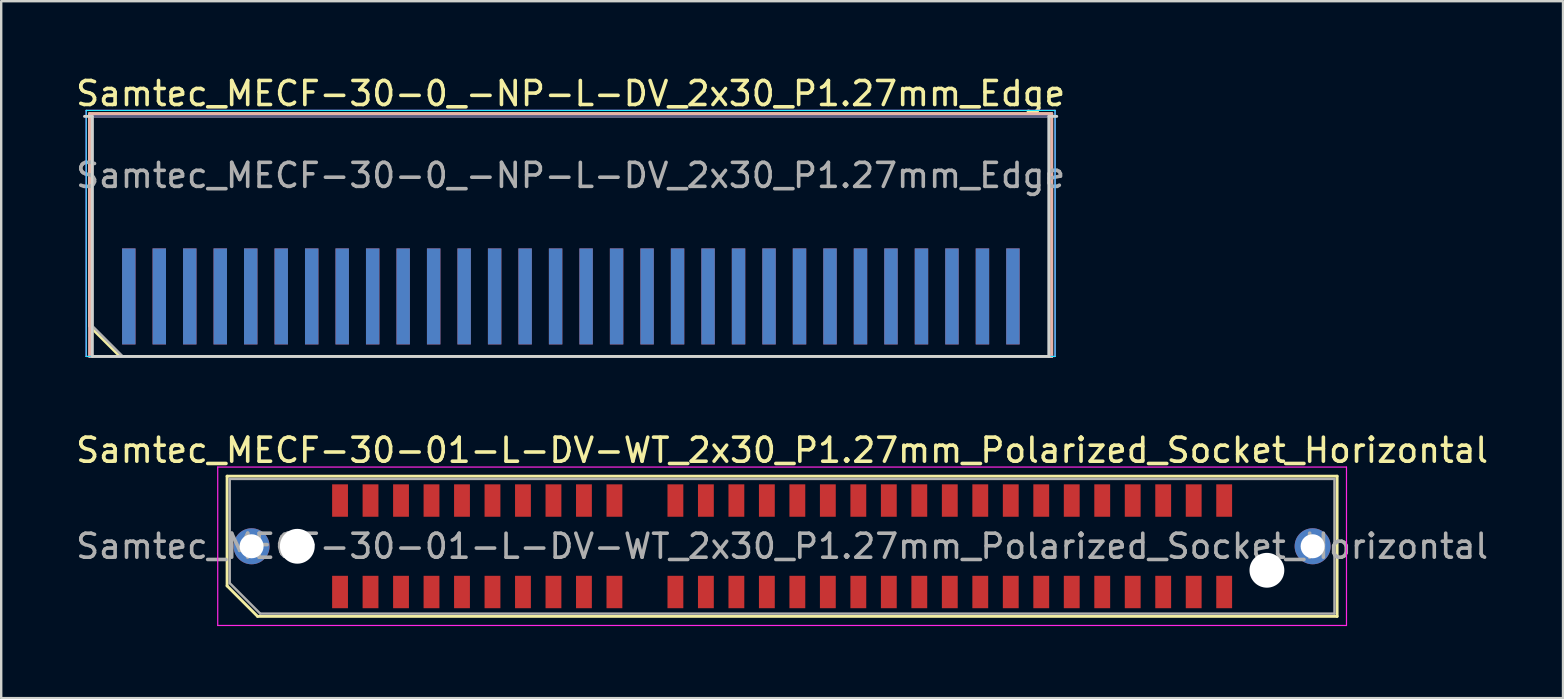
<source format=kicad_pcb>
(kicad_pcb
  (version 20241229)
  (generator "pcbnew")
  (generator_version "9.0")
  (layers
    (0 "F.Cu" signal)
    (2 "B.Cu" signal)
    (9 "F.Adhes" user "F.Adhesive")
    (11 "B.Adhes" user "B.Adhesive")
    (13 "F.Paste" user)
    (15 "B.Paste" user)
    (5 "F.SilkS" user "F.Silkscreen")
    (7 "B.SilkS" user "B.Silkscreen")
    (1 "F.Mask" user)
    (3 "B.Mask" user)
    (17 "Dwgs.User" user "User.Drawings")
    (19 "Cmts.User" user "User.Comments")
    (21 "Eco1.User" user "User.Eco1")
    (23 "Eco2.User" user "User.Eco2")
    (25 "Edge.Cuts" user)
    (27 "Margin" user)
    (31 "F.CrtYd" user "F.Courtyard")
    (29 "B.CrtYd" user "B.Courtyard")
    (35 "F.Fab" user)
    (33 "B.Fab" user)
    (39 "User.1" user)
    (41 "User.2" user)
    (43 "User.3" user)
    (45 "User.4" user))
  (footprint "Samtec_MECF-30-01-L-DV-WT_2x30_P1.27mm_Polarized_Socket_Horizontal"
    (layer "F.Cu")
    (at 29.53 19.706)
    (property "Reference" "Samtec_MECF-30-01-L-DV-WT_2x30_P1.27mm_Polarized_Socket_Horizontal" (at 0 -4 0) (layer "F.SilkS") (effects (font (size 1 1) (thickness 0.15))))
    (attr smd)
    (fp_line (start -23.12 -2.92) (end 23.12 -2.92) (stroke (width 0.12) (type solid)) (layer "F.SilkS"))
    (fp_line (start -23.12 1.65) (end -23.12 -2.92) (stroke (width 0.12) (type solid)) (layer "F.SilkS"))
    (fp_line (start -21.85 2.92) (end -23.12 1.65) (stroke (width 0.12) (type solid)) (layer "F.SilkS"))
    (fp_line (start -21.85 2.92) (end 23.12 2.92) (stroke (width 0.12) (type solid)) (layer "F.SilkS"))
    (fp_line (start 23.12 2.92) (end 23.12 -2.92) (stroke (width 0.12) (type solid)) (layer "F.SilkS"))
    (fp_line (start -23.51 -3.3) (end -23.51 3.3) (stroke (width 0.05) (type solid)) (layer "F.CrtYd"))
    (fp_line (start -23.51 3.3) (end 23.51 3.3) (stroke (width 0.05) (type solid)) (layer "F.CrtYd"))
    (fp_line (start 23.51 -3.3) (end -23.51 -3.3) (stroke (width 0.05) (type solid)) (layer "F.CrtYd"))
    (fp_line (start 23.51 3.3) (end 23.51 -3.3) (stroke (width 0.05) (type solid)) (layer "F.CrtYd"))
    (fp_line (start -23.01 -2.805) (end 23.01 -2.805) (stroke (width 0.1) (type solid)) (layer "F.Fab"))
    (fp_line (start -23.01 1.535) (end -23.01 -2.805) (stroke (width 0.1) (type solid)) (layer "F.Fab"))
    (fp_line (start -23.01 1.535) (end -21.74 2.805) (stroke (width 0.1) (type solid)) (layer "F.Fab"))
    (fp_line (start -21.74 2.805) (end 23.01 2.805) (stroke (width 0.1) (type solid)) (layer "F.Fab"))
    (fp_line (start 23.01 2.805) (end 23.01 -2.805) (stroke (width 0.1) (type solid)) (layer "F.Fab"))
    (fp_text user "${REFERENCE}" (at 0 0 0) (layer "F.Fab") (effects (font (size 1 1) (thickness 0.15))))
    (pad "" thru_hole circle (at -22.1 0) (size 1.5 1.5) (drill 1) (layers "*.Cu" "*.Mask"))
    (pad "" np_thru_hole circle (at -20.195 0) (size 1.45 1.45) (drill 1.45) (layers "*.Cu" "*.Mask"))
    (pad "" np_thru_hole circle (at 20.195 1) (size 1.45 1.45) (drill 1.45) (layers "*.Cu" "*.Mask"))
    (pad "" thru_hole circle (at 22.1 0) (size 1.5 1.5) (drill 1) (layers "*.Cu" "*.Mask"))
    (pad "1" smd rect (at -18.415 1.905) (size 0.66 1.35) (layers "F.Cu" "F.Mask" "F.Paste"))
    (pad "2" smd rect (at -18.415 -1.905) (size 0.66 1.35) (layers "F.Cu" "F.Mask" "F.Paste"))
    (pad "3" smd rect (at -17.145 1.905) (size 0.66 1.35) (layers "F.Cu" "F.Mask" "F.Paste"))
    (pad "4" smd rect (at -17.145 -1.905) (size 0.66 1.35) (layers "F.Cu" "F.Mask" "F.Paste"))
    (pad "5" smd rect (at -15.875 1.905) (size 0.66 1.35) (layers "F.Cu" "F.Mask" "F.Paste"))
    (pad "6" smd rect (at -15.875 -1.905) (size 0.66 1.35) (layers "F.Cu" "F.Mask" "F.Paste"))
    (pad "7" smd rect (at -14.605 1.905) (size 0.66 1.35) (layers "F.Cu" "F.Mask" "F.Paste"))
    (pad "8" smd rect (at -14.605 -1.905) (size 0.66 1.35) (layers "F.Cu" "F.Mask" "F.Paste"))
    (pad "9" smd rect (at -13.335 1.905) (size 0.66 1.35) (layers "F.Cu" "F.Mask" "F.Paste"))
    (pad "10" smd rect (at -13.335 -1.905) (size 0.66 1.35) (layers "F.Cu" "F.Mask" "F.Paste"))
    (pad "11" smd rect (at -12.065 1.905) (size 0.66 1.35) (layers "F.Cu" "F.Mask" "F.Paste"))
    (pad "12" smd rect (at -12.065 -1.905) (size 0.66 1.35) (layers "F.Cu" "F.Mask" "F.Paste"))
    (pad "13" smd rect (at -10.795 1.905) (size 0.66 1.35) (layers "F.Cu" "F.Mask" "F.Paste"))
    (pad "14" smd rect (at -10.795 -1.905) (size 0.66 1.35) (layers "F.Cu" "F.Mask" "F.Paste"))
    (pad "15" smd rect (at -9.525 1.905) (size 0.66 1.35) (layers "F.Cu" "F.Mask" "F.Paste"))
    (pad "16" smd rect (at -9.525 -1.905) (size 0.66 1.35) (layers "F.Cu" "F.Mask" "F.Paste"))
    (pad "17" smd rect (at -8.255 1.905) (size 0.66 1.35) (layers "F.Cu" "F.Mask" "F.Paste"))
    (pad "18" smd rect (at -8.255 -1.905) (size 0.66 1.35) (layers "F.Cu" "F.Mask" "F.Paste"))
    (pad "19" smd rect (at -6.985 1.905) (size 0.66 1.35) (layers "F.Cu" "F.Mask" "F.Paste"))
    (pad "20" smd rect (at -6.985 -1.905) (size 0.66 1.35) (layers "F.Cu" "F.Mask" "F.Paste"))
    (pad "23" smd rect (at -4.445 1.905) (size 0.66 1.35) (layers "F.Cu" "F.Mask" "F.Paste"))
    (pad "24" smd rect (at -4.445 -1.905) (size 0.66 1.35) (layers "F.Cu" "F.Mask" "F.Paste"))
    (pad "25" smd rect (at -3.175 1.905) (size 0.66 1.35) (layers "F.Cu" "F.Mask" "F.Paste"))
    (pad "26" smd rect (at -3.175 -1.905) (size 0.66 1.35) (layers "F.Cu" "F.Mask" "F.Paste"))
    (pad "27" smd rect (at -1.905 1.905) (size 0.66 1.35) (layers "F.Cu" "F.Mask" "F.Paste"))
    (pad "28" smd rect (at -1.905 -1.905) (size 0.66 1.35) (layers "F.Cu" "F.Mask" "F.Paste"))
    (pad "29" smd rect (at -0.635 1.905) (size 0.66 1.35) (layers "F.Cu" "F.Mask" "F.Paste"))
    (pad "30" smd rect (at -0.635 -1.905) (size 0.66 1.35) (layers "F.Cu" "F.Mask" "F.Paste"))
    (pad "31" smd rect (at 0.635 1.905) (size 0.66 1.35) (layers "F.Cu" "F.Mask" "F.Paste"))
    (pad "32" smd rect (at 0.635 -1.905) (size 0.66 1.35) (layers "F.Cu" "F.Mask" "F.Paste"))
    (pad "33" smd rect (at 1.905 1.905) (size 0.66 1.35) (layers "F.Cu" "F.Mask" "F.Paste"))
    (pad "34" smd rect (at 1.905 -1.905) (size 0.66 1.35) (layers "F.Cu" "F.Mask" "F.Paste"))
    (pad "35" smd rect (at 3.175 1.905) (size 0.66 1.35) (layers "F.Cu" "F.Mask" "F.Paste"))
    (pad "36" smd rect (at 3.175 -1.905) (size 0.66 1.35) (layers "F.Cu" "F.Mask" "F.Paste"))
    (pad "37" smd rect (at 4.445 1.905) (size 0.66 1.35) (layers "F.Cu" "F.Mask" "F.Paste"))
    (pad "38" smd rect (at 4.445 -1.905) (size 0.66 1.35) (layers "F.Cu" "F.Mask" "F.Paste"))
    (pad "39" smd rect (at 5.715 1.905) (size 0.66 1.35) (layers "F.Cu" "F.Mask" "F.Paste"))
    (pad "40" smd rect (at 5.715 -1.905) (size 0.66 1.35) (layers "F.Cu" "F.Mask" "F.Paste"))
    (pad "41" smd rect (at 6.985 1.905) (size 0.66 1.35) (layers "F.Cu" "F.Mask" "F.Paste"))
    (pad "42" smd rect (at 6.985 -1.905) (size 0.66 1.35) (layers "F.Cu" "F.Mask" "F.Paste"))
    (pad "43" smd rect (at 8.255 1.905) (size 0.66 1.35) (layers "F.Cu" "F.Mask" "F.Paste"))
    (pad "44" smd rect (at 8.255 -1.905) (size 0.66 1.35) (layers "F.Cu" "F.Mask" "F.Paste"))
    (pad "45" smd rect (at 9.525 1.905) (size 0.66 1.35) (layers "F.Cu" "F.Mask" "F.Paste"))
    (pad "46" smd rect (at 9.525 -1.905) (size 0.66 1.35) (layers "F.Cu" "F.Mask" "F.Paste"))
    (pad "47" smd rect (at 10.795 1.905) (size 0.66 1.35) (layers "F.Cu" "F.Mask" "F.Paste"))
    (pad "48" smd rect (at 10.795 -1.905) (size 0.66 1.35) (layers "F.Cu" "F.Mask" "F.Paste"))
    (pad "49" smd rect (at 12.065 1.905) (size 0.66 1.35) (layers "F.Cu" "F.Mask" "F.Paste"))
    (pad "50" smd rect (at 12.065 -1.905) (size 0.66 1.35) (layers "F.Cu" "F.Mask" "F.Paste"))
    (pad "51" smd rect (at 13.335 1.905) (size 0.66 1.35) (layers "F.Cu" "F.Mask" "F.Paste"))
    (pad "52" smd rect (at 13.335 -1.905) (size 0.66 1.35) (layers "F.Cu" "F.Mask" "F.Paste"))
    (pad "53" smd rect (at 14.605 1.905) (size 0.66 1.35) (layers "F.Cu" "F.Mask" "F.Paste"))
    (pad "54" smd rect (at 14.605 -1.905) (size 0.66 1.35) (layers "F.Cu" "F.Mask" "F.Paste"))
    (pad "55" smd rect (at 15.875 1.905) (size 0.66 1.35) (layers "F.Cu" "F.Mask" "F.Paste"))
    (pad "56" smd rect (at 15.875 -1.905) (size 0.66 1.35) (layers "F.Cu" "F.Mask" "F.Paste"))
    (pad "57" smd rect (at 17.145 1.905) (size 0.66 1.35) (layers "F.Cu" "F.Mask" "F.Paste"))
    (pad "58" smd rect (at 17.145 -1.905) (size 0.66 1.35) (layers "F.Cu" "F.Mask" "F.Paste"))
    (pad "59" smd rect (at 18.415 1.905) (size 0.66 1.35) (layers "F.Cu" "F.Mask" "F.Paste"))
    (pad "60" smd rect (at 18.415 -1.905) (size 0.66 1.35) (layers "F.Cu" "F.Mask" "F.Paste")))
  (footprint "Samtec_MECF-30-0_-NP-L-DV_2x30_P1.27mm_Edge"
    (layer "F.Cu")
    (at 20.72 6.798)
    (property "Reference" "Samtec_MECF-30-0_-NP-L-DV_2x30_P1.27mm_Edge" (at 0 -5.95 0) (layer "F.SilkS") (effects (font (size 1 1) (thickness 0.15))))
    (attr exclude_from_pos_files exclude_from_bom)
    (fp_line (start -20.04 -5.11) (end 20.04 -5.11) (stroke (width 0.12) (type solid)) (layer "F.SilkS"))
    (fp_line (start -20.04 3.73) (end -20.04 -5.11) (stroke (width 0.12) (type solid)) (layer "F.SilkS"))
    (fp_line (start -18.77 5) (end -20.04 3.73) (stroke (width 0.12) (type solid)) (layer "F.SilkS"))
    (fp_line (start -18.77 5) (end 20.04 5) (stroke (width 0.12) (type solid)) (layer "F.SilkS"))
    (fp_line (start 20.04 5) (end 20.04 -5.11) (stroke (width 0.12) (type solid)) (layer "F.SilkS"))
    (fp_line (start -20.04 -5.11) (end 20.04 -5.11) (stroke (width 0.12) (type solid)) (layer "B.SilkS"))
    (fp_line (start -20.04 5) (end -20.04 -5.11) (stroke (width 0.12) (type solid)) (layer "B.SilkS"))
    (fp_line (start -20.04 5) (end 20.04 5) (stroke (width 0.12) (type solid)) (layer "B.SilkS"))
    (fp_line (start 20.04 5) (end 20.04 -5.11) (stroke (width 0.12) (type solid)) (layer "B.SilkS"))
    (fp_line (start -20.25 -5) (end -19.925 -5) (stroke (width 0.12) (type solid)) (layer "Edge.Cuts"))
    (fp_line (start -19.925 5) (end -19.925 -5) (stroke (width 0.12) (type solid)) (layer "Edge.Cuts"))
    (fp_line (start -19.925 5) (end 19.925 5) (stroke (width 0.12) (type solid)) (layer "Edge.Cuts"))
    (fp_line (start 19.925 5) (end 19.925 -5) (stroke (width 0.12) (type solid)) (layer "Edge.Cuts"))
    (fp_line (start 20.25 -5) (end 19.925 -5) (stroke (width 0.12) (type solid)) (layer "Edge.Cuts"))
    (fp_line (start -20.18 -5.25) (end -20.18 5) (stroke (width 0.05) (type solid)) (layer "B.CrtYd"))
    (fp_line (start -20.18 5) (end 20.18 5) (stroke (width 0.05) (type solid)) (layer "B.CrtYd"))
    (fp_line (start 20.18 -5.25) (end -20.18 -5.25) (stroke (width 0.05) (type solid)) (layer "B.CrtYd"))
    (fp_line (start 20.18 5) (end 20.18 -5.25) (stroke (width 0.05) (type solid)) (layer "B.CrtYd"))
    (fp_line (start -20.18 -5.25) (end -20.18 5) (stroke (width 0.05) (type solid)) (layer "F.CrtYd"))
    (fp_line (start -20.18 5) (end 20.18 5) (stroke (width 0.05) (type solid)) (layer "F.CrtYd"))
    (fp_line (start 20.18 -5.25) (end -20.18 -5.25) (stroke (width 0.05) (type solid)) (layer "F.CrtYd"))
    (fp_line (start 20.18 5) (end 20.18 -5.25) (stroke (width 0.05) (type solid)) (layer "F.CrtYd"))
    (fp_line (start -19.925 -5) (end 19.925 -5) (stroke (width 0.1) (type solid)) (layer "B.Fab"))
    (fp_line (start -19.925 5) (end -19.925 -5) (stroke (width 0.1) (type solid)) (layer "B.Fab"))
    (fp_line (start -19.925 5) (end 19.925 5) (stroke (width 0.1) (type solid)) (layer "B.Fab"))
    (fp_line (start 19.925 5) (end 19.925 -5) (stroke (width 0.1) (type solid)) (layer "B.Fab"))
    (fp_line (start -19.925 -5) (end 19.925 -5) (stroke (width 0.1) (type solid)) (layer "F.Fab"))
    (fp_line (start -19.925 3.73) (end -19.925 -5) (stroke (width 0.1) (type solid)) (layer "F.Fab"))
    (fp_line (start -19.925 3.73) (end -18.655 5) (stroke (width 0.1) (type solid)) (layer "F.Fab"))
    (fp_line (start -18.655 5) (end 19.925 5) (stroke (width 0.1) (type solid)) (layer "F.Fab"))
    (fp_line (start 19.925 5) (end 19.925 -5) (stroke (width 0.1) (type solid)) (layer "F.Fab"))
    (fp_text user "${REFERENCE}" (at 0 -2.54 0) (layer "F.Fab") (effects (font (size 1 1) (thickness 0.15))))
    (pad "1" connect rect (at -18.405 2.5) (size 0.56 4) (layers "F.Cu" "F.Mask"))
    (pad "2" connect rect (at -18.405 2.5) (size 0.56 4) (layers "B.Cu" "B.Mask"))
    (pad "3" connect rect (at -17.135 2.5) (size 0.56 4) (layers "F.Cu" "F.Mask"))
    (pad "4" connect rect (at -17.135 2.5) (size 0.56 4) (layers "B.Cu" "B.Mask"))
    (pad "5" connect rect (at -15.865 2.5) (size 0.56 4) (layers "F.Cu" "F.Mask"))
    (pad "6" connect rect (at -15.865 2.5) (size 0.56 4) (layers "B.Cu" "B.Mask"))
    (pad "7" connect rect (at -14.595 2.5) (size 0.56 4) (layers "F.Cu" "F.Mask"))
    (pad "8" connect rect (at -14.595 2.5) (size 0.56 4) (layers "B.Cu" "B.Mask"))
    (pad "9" connect rect (at -13.325 2.5) (size 0.56 4) (layers "F.Cu" "F.Mask"))
    (pad "10" connect rect (at -13.325 2.5) (size 0.56 4) (layers "B.Cu" "B.Mask"))
    (pad "11" connect rect (at -12.055 2.5) (size 0.56 4) (layers "F.Cu" "F.Mask"))
    (pad "12" connect rect (at -12.055 2.5) (size 0.56 4) (layers "B.Cu" "B.Mask"))
    (pad "13" connect rect (at -10.785 2.5) (size 0.56 4) (layers "F.Cu" "F.Mask"))
    (pad "14" connect rect (at -10.785 2.5) (size 0.56 4) (layers "B.Cu" "B.Mask"))
    (pad "15" connect rect (at -9.515 2.5) (size 0.56 4) (layers "F.Cu" "F.Mask"))
    (pad "16" connect rect (at -9.515 2.5) (size 0.56 4) (layers "B.Cu" "B.Mask"))
    (pad "17" connect rect (at -8.245 2.5) (size 0.56 4) (layers "F.Cu" "F.Mask"))
    (pad "18" connect rect (at -8.245 2.5) (size 0.56 4) (layers "B.Cu" "B.Mask"))
    (pad "19" connect rect (at -6.975 2.5) (size 0.56 4) (layers "F.Cu" "F.Mask"))
    (pad "20" connect rect (at -6.975 2.5) (size 0.56 4) (layers "B.Cu" "B.Mask"))
    (pad "21" connect rect (at -5.705 2.5) (size 0.56 4) (layers "F.Cu" "F.Mask"))
    (pad "22" connect rect (at -5.705 2.5) (size 0.56 4) (layers "B.Cu" "B.Mask"))
    (pad "23" connect rect (at -4.435 2.5) (size 0.56 4) (layers "F.Cu" "F.Mask"))
    (pad "24" connect rect (at -4.435 2.5) (size 0.56 4) (layers "B.Cu" "B.Mask"))
    (pad "25" connect rect (at -3.165 2.5) (size 0.56 4) (layers "F.Cu" "F.Mask"))
    (pad "26" connect rect (at -3.165 2.5) (size 0.56 4) (layers "B.Cu" "B.Mask"))
    (pad "27" connect rect (at -1.895 2.5) (size 0.56 4) (layers "F.Cu" "F.Mask"))
    (pad "28" connect rect (at -1.895 2.5) (size 0.56 4) (layers "B.Cu" "B.Mask"))
    (pad "29" connect rect (at -0.625 2.5) (size 0.56 4) (layers "F.Cu" "F.Mask"))
    (pad "30" connect rect (at -0.625 2.5) (size 0.56 4) (layers "B.Cu" "B.Mask"))
    (pad "31" connect rect (at 0.645 2.5) (size 0.56 4) (layers "F.Cu" "F.Mask"))
    (pad "32" connect rect (at 0.645 2.5) (size 0.56 4) (layers "B.Cu" "B.Mask"))
    (pad "33" connect rect (at 1.915 2.5) (size 0.56 4) (layers "F.Cu" "F.Mask"))
    (pad "34" connect rect (at 1.915 2.5) (size 0.56 4) (layers "B.Cu" "B.Mask"))
    (pad "35" connect rect (at 3.185 2.5) (size 0.56 4) (layers "F.Cu" "F.Mask"))
    (pad "36" connect rect (at 3.185 2.5) (size 0.56 4) (layers "B.Cu" "B.Mask"))
    (pad "37" connect rect (at 4.455 2.5) (size 0.56 4) (layers "F.Cu" "F.Mask"))
    (pad "38" connect rect (at 4.455 2.5) (size 0.56 4) (layers "B.Cu" "B.Mask"))
    (pad "39" connect rect (at 5.725 2.5) (size 0.56 4) (layers "F.Cu" "F.Mask"))
    (pad "40" connect rect (at 5.725 2.5) (size 0.56 4) (layers "B.Cu" "B.Mask"))
    (pad "41" connect rect (at 6.995 2.5) (size 0.56 4) (layers "F.Cu" "F.Mask"))
    (pad "42" connect rect (at 6.995 2.5) (size 0.56 4) (layers "B.Cu" "B.Mask"))
    (pad "43" connect rect (at 8.265 2.5) (size 0.56 4) (layers "F.Cu" "F.Mask"))
    (pad "44" connect rect (at 8.265 2.5) (size 0.56 4) (layers "B.Cu" "B.Mask"))
    (pad "45" connect rect (at 9.535 2.5) (size 0.56 4) (layers "F.Cu" "F.Mask"))
    (pad "46" connect rect (at 9.535 2.5) (size 0.56 4) (layers "B.Cu" "B.Mask"))
    (pad "47" connect rect (at 10.805 2.5) (size 0.56 4) (layers "F.Cu" "F.Mask"))
    (pad "48" connect rect (at 10.805 2.5) (size 0.56 4) (layers "B.Cu" "B.Mask"))
    (pad "49" connect rect (at 12.075 2.5) (size 0.56 4) (layers "F.Cu" "F.Mask"))
    (pad "50" connect rect (at 12.075 2.5) (size 0.56 4) (layers "B.Cu" "B.Mask"))
    (pad "51" connect rect (at 13.345 2.5) (size 0.56 4) (layers "F.Cu" "F.Mask"))
    (pad "52" connect rect (at 13.345 2.5) (size 0.56 4) (layers "B.Cu" "B.Mask"))
    (pad "53" connect rect (at 14.615 2.5) (size 0.56 4) (layers "F.Cu" "F.Mask"))
    (pad "54" connect rect (at 14.615 2.5) (size 0.56 4) (layers "B.Cu" "B.Mask"))
    (pad "55" connect rect (at 15.885 2.5) (size 0.56 4) (layers "F.Cu" "F.Mask"))
    (pad "56" connect rect (at 15.885 2.5) (size 0.56 4) (layers "B.Cu" "B.Mask"))
    (pad "57" connect rect (at 17.155 2.5) (size 0.56 4) (layers "F.Cu" "F.Mask"))
    (pad "58" connect rect (at 17.155 2.5) (size 0.56 4) (layers "B.Cu" "B.Mask"))
    (pad "59" connect rect (at 18.425 2.5) (size 0.56 4) (layers "F.Cu" "F.Mask"))
    (pad "60" connect rect (at 18.425 2.5) (size 0.56 4) (layers "B.Cu" "B.Mask")))
  (gr_rect
    (start -3 -3)
    (end 62.06 26.032)
    (stroke (width 0.1) (type default))
    (fill no)
    (layer "Edge.Cuts")))
</source>
